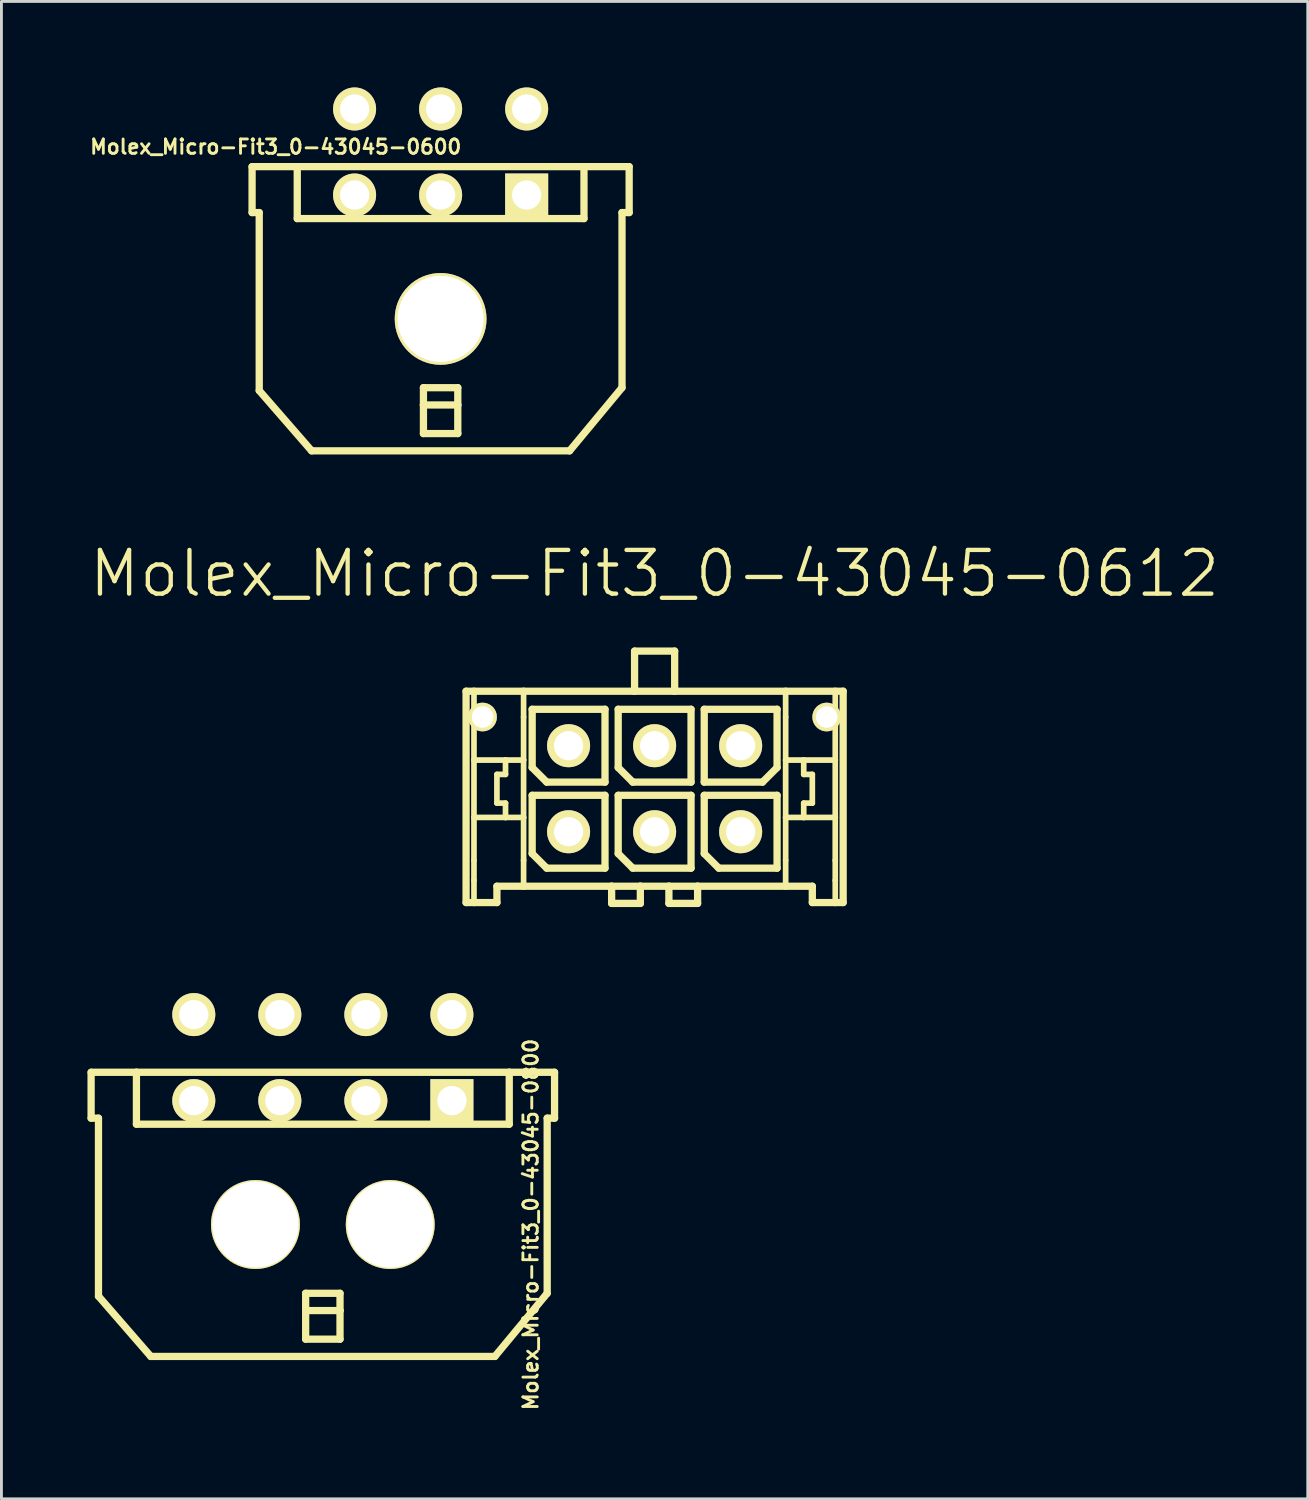
<source format=kicad_pcb>
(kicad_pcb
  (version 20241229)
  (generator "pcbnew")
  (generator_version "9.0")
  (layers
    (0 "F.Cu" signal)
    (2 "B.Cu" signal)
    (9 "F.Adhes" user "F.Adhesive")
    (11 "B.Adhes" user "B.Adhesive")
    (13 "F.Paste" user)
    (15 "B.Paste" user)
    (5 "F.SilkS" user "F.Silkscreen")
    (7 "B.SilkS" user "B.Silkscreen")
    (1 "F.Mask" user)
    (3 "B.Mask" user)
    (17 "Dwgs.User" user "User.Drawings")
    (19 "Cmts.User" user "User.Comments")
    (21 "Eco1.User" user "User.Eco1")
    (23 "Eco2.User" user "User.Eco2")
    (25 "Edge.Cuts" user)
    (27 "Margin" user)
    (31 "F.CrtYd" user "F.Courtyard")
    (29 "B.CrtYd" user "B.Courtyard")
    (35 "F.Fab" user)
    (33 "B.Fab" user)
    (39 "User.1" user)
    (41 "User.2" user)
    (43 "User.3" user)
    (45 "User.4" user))
  (footprint "Molex_Micro-Fit3_0-43045-0612"
    (layer "F.Cu")
    (at 19.776 25.952)
    (property "Reference" "Molex_Micro-Fit3_0-43045-0612" (at 0 -9 0) (layer "F.SilkS") (effects (font (size 1.524 1.524) (thickness 0.15))))
    (attr exclude_from_pos_files exclude_from_bom)
    (fp_line (start -6.574 -4.9) (end -6.299 -4.9) (stroke (width 0.254) (type solid)) (layer "F.SilkS"))
    (fp_line (start -6.574 2.469) (end -6.574 -4.9) (stroke (width 0.254) (type solid)) (layer "F.SilkS"))
    (fp_line (start -6.299 -4.9) (end -4.569 -4.9) (stroke (width 0.254) (type solid)) (layer "F.SilkS"))
    (fp_line (start -6.299 -3.998) (end -6.299 -4.9) (stroke (width 0.198) (type solid)) (layer "F.SilkS"))
    (fp_line (start -6.299 -2.499) (end -6.299 -3.998) (stroke (width 0.198) (type solid)) (layer "F.SilkS"))
    (fp_line (start -6.299 -0.498) (end -6.299 -2.499) (stroke (width 0.198) (type solid)) (layer "F.SilkS"))
    (fp_line (start -6.299 0.998) (end -6.299 -0.498) (stroke (width 0.198) (type solid)) (layer "F.SilkS"))
    (fp_line (start -6.299 1.699) (end -6.299 0.998) (stroke (width 0.198) (type solid)) (layer "F.SilkS"))
    (fp_line (start -6.299 2.469) (end -6.574 2.469) (stroke (width 0.254) (type solid)) (layer "F.SilkS"))
    (fp_line (start -6.299 2.469) (end -6.299 1.699) (stroke (width 0.198) (type solid)) (layer "F.SilkS"))
    (fp_line (start -5.499 -1.999) (end -5.499 -0.998) (stroke (width 0.198) (type solid)) (layer "F.SilkS"))
    (fp_line (start -5.499 -0.998) (end -5.199 -0.998) (stroke (width 0.198) (type solid)) (layer "F.SilkS"))
    (fp_line (start -5.499 1.9) (end -5.499 2.469) (stroke (width 0.254) (type solid)) (layer "F.SilkS"))
    (fp_line (start -5.499 2.469) (end -6.299 2.469) (stroke (width 0.254) (type solid)) (layer "F.SilkS"))
    (fp_line (start -5.199 -2.499) (end -6.299 -2.499) (stroke (width 0.198) (type solid)) (layer "F.SilkS"))
    (fp_line (start -5.199 -2.499) (end -5.199 -1.999) (stroke (width 0.198) (type solid)) (layer "F.SilkS"))
    (fp_line (start -5.199 -1.999) (end -5.499 -1.999) (stroke (width 0.198) (type solid)) (layer "F.SilkS"))
    (fp_line (start -5.199 -0.998) (end -5.199 -0.498) (stroke (width 0.198) (type solid)) (layer "F.SilkS"))
    (fp_line (start -5.199 -0.498) (end -6.299 -0.498) (stroke (width 0.198) (type solid)) (layer "F.SilkS"))
    (fp_line (start -4.569 -4.9) (end -0.699 -4.9) (stroke (width 0.254) (type solid)) (layer "F.SilkS"))
    (fp_line (start -4.569 -3.998) (end -4.569 -4.9) (stroke (width 0.198) (type solid)) (layer "F.SilkS"))
    (fp_line (start -4.569 -2.499) (end -5.199 -2.499) (stroke (width 0.198) (type solid)) (layer "F.SilkS"))
    (fp_line (start -4.569 -2.499) (end -4.569 -3.998) (stroke (width 0.198) (type solid)) (layer "F.SilkS"))
    (fp_line (start -4.569 -0.498) (end -5.199 -0.498) (stroke (width 0.198) (type solid)) (layer "F.SilkS"))
    (fp_line (start -4.569 -0.498) (end -4.569 -2.499) (stroke (width 0.198) (type solid)) (layer "F.SilkS"))
    (fp_line (start -4.569 0.998) (end -4.569 -0.498) (stroke (width 0.198) (type solid)) (layer "F.SilkS"))
    (fp_line (start -4.569 1.9) (end -5.499 1.9) (stroke (width 0.254) (type solid)) (layer "F.SilkS"))
    (fp_line (start -4.569 1.9) (end -4.569 0.998) (stroke (width 0.198) (type solid)) (layer "F.SilkS"))
    (fp_line (start -4.27 -4.27) (end -1.73 -4.27) (stroke (width 0.254) (type solid)) (layer "F.SilkS"))
    (fp_line (start -4.27 -2.238) (end -4.27 -4.27) (stroke (width 0.254) (type solid)) (layer "F.SilkS"))
    (fp_line (start -4.27 -1.27) (end -1.73 -1.27) (stroke (width 0.254) (type solid)) (layer "F.SilkS"))
    (fp_line (start -4.27 0.762) (end -4.27 -1.27) (stroke (width 0.254) (type solid)) (layer "F.SilkS"))
    (fp_line (start -3.762 -1.73) (end -4.27 -2.238) (stroke (width 0.254) (type solid)) (layer "F.SilkS"))
    (fp_line (start -3.762 1.27) (end -4.27 0.762) (stroke (width 0.254) (type solid)) (layer "F.SilkS"))
    (fp_line (start -1.73 -4.27) (end -1.73 -1.73) (stroke (width 0.254) (type solid)) (layer "F.SilkS"))
    (fp_line (start -1.73 -1.73) (end -3.762 -1.73) (stroke (width 0.254) (type solid)) (layer "F.SilkS"))
    (fp_line (start -1.73 -1.27) (end -1.73 1.27) (stroke (width 0.254) (type solid)) (layer "F.SilkS"))
    (fp_line (start -1.73 1.27) (end -3.762 1.27) (stroke (width 0.254) (type solid)) (layer "F.SilkS"))
    (fp_line (start -1.499 1.9) (end -4.569 1.9) (stroke (width 0.254) (type solid)) (layer "F.SilkS"))
    (fp_line (start -1.499 1.9) (end -1.499 2.499) (stroke (width 0.254) (type solid)) (layer "F.SilkS"))
    (fp_line (start -1.499 2.499) (end -0.498 2.499) (stroke (width 0.254) (type solid)) (layer "F.SilkS"))
    (fp_line (start -1.27 -4.27) (end 1.27 -4.27) (stroke (width 0.254) (type solid)) (layer "F.SilkS"))
    (fp_line (start -1.27 -2.238) (end -1.27 -4.27) (stroke (width 0.254) (type solid)) (layer "F.SilkS"))
    (fp_line (start -1.27 -1.27) (end 1.27 -1.27) (stroke (width 0.254) (type solid)) (layer "F.SilkS"))
    (fp_line (start -1.27 0.762) (end -1.27 -1.27) (stroke (width 0.254) (type solid)) (layer "F.SilkS"))
    (fp_line (start -0.762 -1.73) (end -1.27 -2.238) (stroke (width 0.254) (type solid)) (layer "F.SilkS"))
    (fp_line (start -0.762 1.27) (end -1.27 0.762) (stroke (width 0.254) (type solid)) (layer "F.SilkS"))
    (fp_line (start -0.699 -6.299) (end -0.699 -4.9) (stroke (width 0.254) (type solid)) (layer "F.SilkS"))
    (fp_line (start -0.699 -6.299) (end 0.699 -6.299) (stroke (width 0.254) (type solid)) (layer "F.SilkS"))
    (fp_line (start -0.699 -4.9) (end 0.699 -4.9) (stroke (width 0.254) (type solid)) (layer "F.SilkS"))
    (fp_line (start -0.498 1.9) (end -1.499 1.9) (stroke (width 0.254) (type solid)) (layer "F.SilkS"))
    (fp_line (start -0.498 2.499) (end -0.498 1.9) (stroke (width 0.254) (type solid)) (layer "F.SilkS"))
    (fp_line (start 0.498 1.9) (end -0.498 1.9) (stroke (width 0.254) (type solid)) (layer "F.SilkS"))
    (fp_line (start 0.498 1.9) (end 0.498 2.499) (stroke (width 0.254) (type solid)) (layer "F.SilkS"))
    (fp_line (start 0.498 2.499) (end 1.499 2.499) (stroke (width 0.254) (type solid)) (layer "F.SilkS"))
    (fp_line (start 0.699 -6.299) (end 0.699 -4.9) (stroke (width 0.254) (type solid)) (layer "F.SilkS"))
    (fp_line (start 0.699 -4.9) (end 4.569 -4.9) (stroke (width 0.254) (type solid)) (layer "F.SilkS"))
    (fp_line (start 1.27 -4.27) (end 1.27 -1.73) (stroke (width 0.254) (type solid)) (layer "F.SilkS"))
    (fp_line (start 1.27 -1.73) (end -0.762 -1.73) (stroke (width 0.254) (type solid)) (layer "F.SilkS"))
    (fp_line (start 1.27 -1.27) (end 1.27 1.27) (stroke (width 0.254) (type solid)) (layer "F.SilkS"))
    (fp_line (start 1.27 1.27) (end -0.762 1.27) (stroke (width 0.254) (type solid)) (layer "F.SilkS"))
    (fp_line (start 1.499 1.9) (end 0.498 1.9) (stroke (width 0.254) (type solid)) (layer "F.SilkS"))
    (fp_line (start 1.499 2.499) (end 1.499 1.9) (stroke (width 0.254) (type solid)) (layer "F.SilkS"))
    (fp_line (start 1.73 -4.27) (end 1.73 -1.73) (stroke (width 0.254) (type solid)) (layer "F.SilkS"))
    (fp_line (start 1.73 -1.73) (end 3.762 -1.73) (stroke (width 0.254) (type solid)) (layer "F.SilkS"))
    (fp_line (start 1.73 -1.27) (end 4.27 -1.27) (stroke (width 0.254) (type solid)) (layer "F.SilkS"))
    (fp_line (start 1.73 0.762) (end 1.73 -1.27) (stroke (width 0.254) (type solid)) (layer "F.SilkS"))
    (fp_line (start 2.238 1.27) (end 1.73 0.762) (stroke (width 0.254) (type solid)) (layer "F.SilkS"))
    (fp_line (start 3.762 -1.73) (end 4.27 -2.238) (stroke (width 0.254) (type solid)) (layer "F.SilkS"))
    (fp_line (start 4.27 -4.27) (end 1.73 -4.27) (stroke (width 0.254) (type solid)) (layer "F.SilkS"))
    (fp_line (start 4.27 -2.238) (end 4.27 -4.27) (stroke (width 0.254) (type solid)) (layer "F.SilkS"))
    (fp_line (start 4.27 -1.27) (end 4.27 1.27) (stroke (width 0.254) (type solid)) (layer "F.SilkS"))
    (fp_line (start 4.27 1.27) (end 2.238 1.27) (stroke (width 0.254) (type solid)) (layer "F.SilkS"))
    (fp_line (start 4.569 -4.9) (end 4.569 -3.998) (stroke (width 0.198) (type solid)) (layer "F.SilkS"))
    (fp_line (start 4.569 -4.9) (end 6.299 -4.9) (stroke (width 0.254) (type solid)) (layer "F.SilkS"))
    (fp_line (start 4.569 -3.998) (end 4.569 -2.499) (stroke (width 0.198) (type solid)) (layer "F.SilkS"))
    (fp_line (start 4.569 -2.499) (end 4.569 -0.498) (stroke (width 0.198) (type solid)) (layer "F.SilkS"))
    (fp_line (start 4.569 -2.499) (end 5.199 -2.499) (stroke (width 0.198) (type solid)) (layer "F.SilkS"))
    (fp_line (start 4.569 -0.498) (end 4.569 0.998) (stroke (width 0.198) (type solid)) (layer "F.SilkS"))
    (fp_line (start 4.569 -0.498) (end 5.199 -0.498) (stroke (width 0.198) (type solid)) (layer "F.SilkS"))
    (fp_line (start 4.569 0.998) (end 4.569 1.9) (stroke (width 0.198) (type solid)) (layer "F.SilkS"))
    (fp_line (start 4.569 1.9) (end 1.499 1.9) (stroke (width 0.254) (type solid)) (layer "F.SilkS"))
    (fp_line (start 5.199 -2.499) (end 5.199 -1.999) (stroke (width 0.198) (type solid)) (layer "F.SilkS"))
    (fp_line (start 5.199 -2.499) (end 6.299 -2.499) (stroke (width 0.198) (type solid)) (layer "F.SilkS"))
    (fp_line (start 5.199 -1.999) (end 5.499 -1.999) (stroke (width 0.198) (type solid)) (layer "F.SilkS"))
    (fp_line (start 5.199 -0.998) (end 5.199 -0.498) (stroke (width 0.198) (type solid)) (layer "F.SilkS"))
    (fp_line (start 5.199 -0.498) (end 6.299 -0.498) (stroke (width 0.198) (type solid)) (layer "F.SilkS"))
    (fp_line (start 5.499 -1.999) (end 5.499 -0.998) (stroke (width 0.198) (type solid)) (layer "F.SilkS"))
    (fp_line (start 5.499 -0.998) (end 5.199 -0.998) (stroke (width 0.198) (type solid)) (layer "F.SilkS"))
    (fp_line (start 5.499 1.9) (end 4.569 1.9) (stroke (width 0.254) (type solid)) (layer "F.SilkS"))
    (fp_line (start 5.499 2.469) (end 5.499 1.9) (stroke (width 0.254) (type solid)) (layer "F.SilkS"))
    (fp_line (start 5.499 2.469) (end 6.299 2.469) (stroke (width 0.254) (type solid)) (layer "F.SilkS"))
    (fp_line (start 6.299 -4.9) (end 6.574 -4.9) (stroke (width 0.254) (type solid)) (layer "F.SilkS"))
    (fp_line (start 6.299 -3.998) (end 6.299 -4.9) (stroke (width 0.198) (type solid)) (layer "F.SilkS"))
    (fp_line (start 6.299 -2.499) (end 6.299 -3.998) (stroke (width 0.198) (type solid)) (layer "F.SilkS"))
    (fp_line (start 6.299 -0.498) (end 6.299 -2.499) (stroke (width 0.198) (type solid)) (layer "F.SilkS"))
    (fp_line (start 6.299 0.998) (end 6.299 -0.498) (stroke (width 0.198) (type solid)) (layer "F.SilkS"))
    (fp_line (start 6.299 1.699) (end 6.299 0.998) (stroke (width 0.198) (type solid)) (layer "F.SilkS"))
    (fp_line (start 6.299 2.469) (end 6.299 1.699) (stroke (width 0.198) (type solid)) (layer "F.SilkS"))
    (fp_line (start 6.299 2.469) (end 6.574 2.469) (stroke (width 0.254) (type solid)) (layer "F.SilkS"))
    (fp_line (start 6.574 -4.9) (end 6.574 2.469) (stroke (width 0.254) (type solid)) (layer "F.SilkS"))
    (pad "1" thru_hole circle (at 3 0) (size 1.5 1.5) (drill 1.019) (layers "*.Cu" "F.Mask" "F.SilkS" "F.Paste"))
    (pad "2" thru_hole circle (at 0 0) (size 1.5 1.5) (drill 1.019) (layers "*.Cu" "F.Mask" "F.SilkS" "F.Paste"))
    (pad "3" thru_hole circle (at -3 0) (size 1.5 1.5) (drill 1.019) (layers "*.Cu" "F.Mask" "F.SilkS" "F.Paste"))
    (pad "4" thru_hole circle (at 3 -3) (size 1.5 1.5) (drill 1.019) (layers "*.Cu" "F.Mask" "F.SilkS" "F.Paste"))
    (pad "5" thru_hole circle (at 0 -3) (size 1.5 1.5) (drill 1.019) (layers "*.Cu" "F.Mask" "F.SilkS" "F.Paste"))
    (pad "6" thru_hole circle (at -3 -3) (size 1.5 1.5) (drill 1.019) (layers "*.Cu" "F.Mask" "F.SilkS" "F.Paste"))
    (pad "7" thru_hole circle (at -6 -4) (size 1 1) (drill 0.75) (layers "*.Cu" "F.Mask" "F.SilkS" "F.Paste"))
    (pad "7" thru_hole circle (at 6 -4) (size 1 1) (drill 0.75) (layers "*.Cu" "F.Mask" "F.SilkS" "F.Paste")))
  (footprint "Molex_Micro-Fit3_0-43045-0800"
    (layer "F.Cu")
    (at 8.207 39.648)
    (property "Reference" "Molex_Micro-Fit3_0-43045-0800" (at 7.25 0 90) (layer "F.SilkS") (effects (font (size 0.5 0.5) (thickness 0.1))))
    (attr exclude_from_pos_files exclude_from_bom)
    (fp_line (start -8.08 -5.309) (end -8.08 -3.708) (stroke (width 0.254) (type solid)) (layer "F.SilkS"))
    (fp_line (start -8.08 -3.708) (end -7.823 -3.708) (stroke (width 0.254) (type solid)) (layer "F.SilkS"))
    (fp_line (start -7.823 2.499) (end -7.823 -3.708) (stroke (width 0.254) (type solid)) (layer "F.SilkS"))
    (fp_line (start -7.823 2.499) (end -5.999 4.6) (stroke (width 0.254) (type solid)) (layer "F.SilkS"))
    (fp_line (start -6.5 -5.309) (end -8.08 -5.309) (stroke (width 0.254) (type solid)) (layer "F.SilkS"))
    (fp_line (start -6.5 -5.309) (end -6.5 -3.498) (stroke (width 0.254) (type solid)) (layer "F.SilkS"))
    (fp_line (start -6.5 -5.309) (end 6.5 -5.309) (stroke (width 0.254) (type solid)) (layer "F.SilkS"))
    (fp_line (start -6.5 -3.498) (end 6.5 -3.498) (stroke (width 0.254) (type solid)) (layer "F.SilkS"))
    (fp_line (start -4.829 -5.309) (end -6.5 -5.309) (stroke (width 0.127) (type solid)) (layer "F.SilkS"))
    (fp_line (start -4.823 -5.309) (end -6.5 -5.309) (stroke (width 0.127) (type solid)) (layer "F.SilkS"))
    (fp_line (start -0.599 2.398) (end 0.599 2.398) (stroke (width 0.254) (type solid)) (layer "F.SilkS"))
    (fp_line (start -0.599 3) (end -0.599 2.398) (stroke (width 0.254) (type solid)) (layer "F.SilkS"))
    (fp_line (start -0.599 3) (end 0.599 3) (stroke (width 0.254) (type solid)) (layer "F.SilkS"))
    (fp_line (start -0.599 3.998) (end -0.599 3) (stroke (width 0.254) (type solid)) (layer "F.SilkS"))
    (fp_line (start 0.599 2.398) (end 0.599 3) (stroke (width 0.254) (type solid)) (layer "F.SilkS"))
    (fp_line (start 0.599 3) (end 0.599 3.998) (stroke (width 0.254) (type solid)) (layer "F.SilkS"))
    (fp_line (start 0.599 3.998) (end -0.599 3.998) (stroke (width 0.254) (type solid)) (layer "F.SilkS"))
    (fp_line (start 5.999 4.6) (end -5.999 4.6) (stroke (width 0.254) (type solid)) (layer "F.SilkS"))
    (fp_line (start 6.5 -5.309) (end 8.08 -5.309) (stroke (width 0.254) (type solid)) (layer "F.SilkS"))
    (fp_line (start 6.5 -3.498) (end 6.5 -5.309) (stroke (width 0.254) (type solid)) (layer "F.SilkS"))
    (fp_line (start 7.823 -3.708) (end 7.823 2.398) (stroke (width 0.254) (type solid)) (layer "F.SilkS"))
    (fp_line (start 7.823 2.398) (end 5.999 4.6) (stroke (width 0.254) (type solid)) (layer "F.SilkS"))
    (fp_line (start 8.08 -5.309) (end 8.08 -3.708) (stroke (width 0.254) (type solid)) (layer "F.SilkS"))
    (fp_line (start 8.08 -3.708) (end 7.823 -3.708) (stroke (width 0.254) (type solid)) (layer "F.SilkS"))
    (pad "1" thru_hole rect (at 4.5 -4.32) (size 1.5 1.5) (drill 1.02) (layers "*.Cu" "*.Mask" "F.SilkS" "F.Paste"))
    (pad "2" thru_hole circle (at 1.5 -4.32) (size 1.5 1.5) (drill 1.02) (layers "*.Cu" "*.Mask" "F.SilkS" "F.Paste"))
    (pad "3" thru_hole circle (at -1.5 -4.32) (size 1.5 1.5) (drill 1.02) (layers "*.Cu" "*.Mask" "F.SilkS" "F.Paste"))
    (pad "4" thru_hole circle (at -4.5 -4.32) (size 1.5 1.5) (drill 1.02) (layers "*.Cu" "*.Mask" "F.SilkS" "F.Paste"))
    (pad "5" thru_hole circle (at 4.5 -7.32) (size 1.5 1.5) (drill 1.02) (layers "*.Cu" "*.Mask" "F.SilkS" "F.Paste"))
    (pad "6" thru_hole circle (at 1.5 -7.32) (size 1.5 1.5) (drill 1.02) (layers "*.Cu" "*.Mask" "F.SilkS" "F.Paste"))
    (pad "7" thru_hole circle (at -1.5 -7.32) (size 1.5 1.5) (drill 1.02) (layers "*.Cu" "*.Mask" "F.SilkS" "F.Paste"))
    (pad "8" thru_hole circle (at -4.5 -7.32) (size 1.5 1.5) (drill 1.02) (layers "*.Cu" "*.Mask" "F.SilkS" "F.Paste"))
    (pad "9" thru_hole circle (at -2.35 0) (size 3.1 3.1) (drill 3) (layers "*.Cu" "*.Mask" "F.SilkS" "F.Paste"))
    (pad "9" thru_hole circle (at 2.35 0) (size 3.1 3.1) (drill 3) (layers "*.Cu" "*.Mask" "F.SilkS" "F.Paste")))
  (footprint "Molex_Micro-Fit3_0-43045-0600"
    (layer "F.Cu")
    (at 12.314 8.07)
    (property "Reference" "Molex_Micro-Fit3_0-43045-0600" (at -5.75 -6 0) (layer "F.SilkS") (effects (font (size 0.5 0.5) (thickness 0.1))))
    (attr exclude_from_pos_files exclude_from_bom)
    (fp_line (start -6.574 -5.309) (end -6.574 -3.708) (stroke (width 0.254) (type solid)) (layer "F.SilkS"))
    (fp_line (start -6.574 -3.708) (end -6.325 -3.708) (stroke (width 0.254) (type solid)) (layer "F.SilkS"))
    (fp_line (start -6.325 2.499) (end -6.325 -3.708) (stroke (width 0.254) (type solid)) (layer "F.SilkS"))
    (fp_line (start -6.325 2.499) (end -4.498 4.6) (stroke (width 0.254) (type solid)) (layer "F.SilkS"))
    (fp_line (start -4.999 -5.309) (end -6.574 -5.309) (stroke (width 0.254) (type solid)) (layer "F.SilkS"))
    (fp_line (start -4.999 -5.309) (end -4.999 -3.498) (stroke (width 0.254) (type solid)) (layer "F.SilkS"))
    (fp_line (start -4.999 -5.309) (end 4.999 -5.309) (stroke (width 0.254) (type solid)) (layer "F.SilkS"))
    (fp_line (start -4.999 -3.498) (end 4.999 -3.498) (stroke (width 0.254) (type solid)) (layer "F.SilkS"))
    (fp_line (start -4.829 -5.309) (end -4.999 -5.309) (stroke (width 0.127) (type solid)) (layer "F.SilkS"))
    (fp_line (start -4.823 -5.309) (end -4.999 -5.309) (stroke (width 0.127) (type solid)) (layer "F.SilkS"))
    (fp_line (start -0.599 2.398) (end 0.599 2.398) (stroke (width 0.254) (type solid)) (layer "F.SilkS"))
    (fp_line (start -0.599 3) (end -0.599 2.398) (stroke (width 0.254) (type solid)) (layer "F.SilkS"))
    (fp_line (start -0.599 3) (end 0.599 3) (stroke (width 0.254) (type solid)) (layer "F.SilkS"))
    (fp_line (start -0.599 3.998) (end -0.599 3) (stroke (width 0.254) (type solid)) (layer "F.SilkS"))
    (fp_line (start 0.599 2.398) (end 0.599 3) (stroke (width 0.254) (type solid)) (layer "F.SilkS"))
    (fp_line (start 0.599 3) (end 0.599 3.998) (stroke (width 0.254) (type solid)) (layer "F.SilkS"))
    (fp_line (start 0.599 3.998) (end -0.599 3.998) (stroke (width 0.254) (type solid)) (layer "F.SilkS"))
    (fp_line (start 4.498 4.6) (end -4.498 4.6) (stroke (width 0.254) (type solid)) (layer "F.SilkS"))
    (fp_line (start 4.999 -5.309) (end 6.574 -5.309) (stroke (width 0.254) (type solid)) (layer "F.SilkS"))
    (fp_line (start 4.999 -3.498) (end 4.999 -5.309) (stroke (width 0.254) (type solid)) (layer "F.SilkS"))
    (fp_line (start 6.325 -3.708) (end 6.325 2.398) (stroke (width 0.254) (type solid)) (layer "F.SilkS"))
    (fp_line (start 6.325 2.398) (end 4.498 4.6) (stroke (width 0.254) (type solid)) (layer "F.SilkS"))
    (fp_line (start 6.574 -5.309) (end 6.574 -3.708) (stroke (width 0.254) (type solid)) (layer "F.SilkS"))
    (fp_line (start 6.574 -3.708) (end 6.325 -3.708) (stroke (width 0.254) (type solid)) (layer "F.SilkS"))
    (pad "1" thru_hole rect (at 3 -4.32) (size 1.5 1.5) (drill 1.02) (layers "*.Cu" "F.Mask" "F.SilkS" "F.Paste"))
    (pad "2" thru_hole circle (at 0 -4.32) (size 1.5 1.5) (drill 1.02) (layers "*.Cu" "F.Mask" "F.SilkS" "F.Paste"))
    (pad "3" thru_hole circle (at -3 -4.32) (size 1.5 1.5) (drill 1.02) (layers "*.Cu" "F.Mask" "F.SilkS" "F.Paste"))
    (pad "4" thru_hole circle (at 3 -7.32) (size 1.5 1.5) (drill 1.02) (layers "*.Cu" "F.Mask" "F.SilkS" "F.Paste"))
    (pad "5" thru_hole circle (at 0 -7.32) (size 1.5 1.5) (drill 1.02) (layers "*.Cu" "F.Mask" "F.SilkS" "F.Paste"))
    (pad "6" thru_hole circle (at -3 -7.32) (size 1.5 1.5) (drill 1.02) (layers "*.Cu" "F.Mask" "F.SilkS" "F.Paste"))
    (pad "7" thru_hole circle (at 0 0) (size 3.2 3.2) (drill 3) (layers "*.Cu" "F.Mask" "F.SilkS" "F.Paste")))
  (gr_rect
    (start -3 -3)
    (end 42.551 49.212)
    (stroke (width 0.1) (type default))
    (fill no)
    (layer "Edge.Cuts")))
</source>
